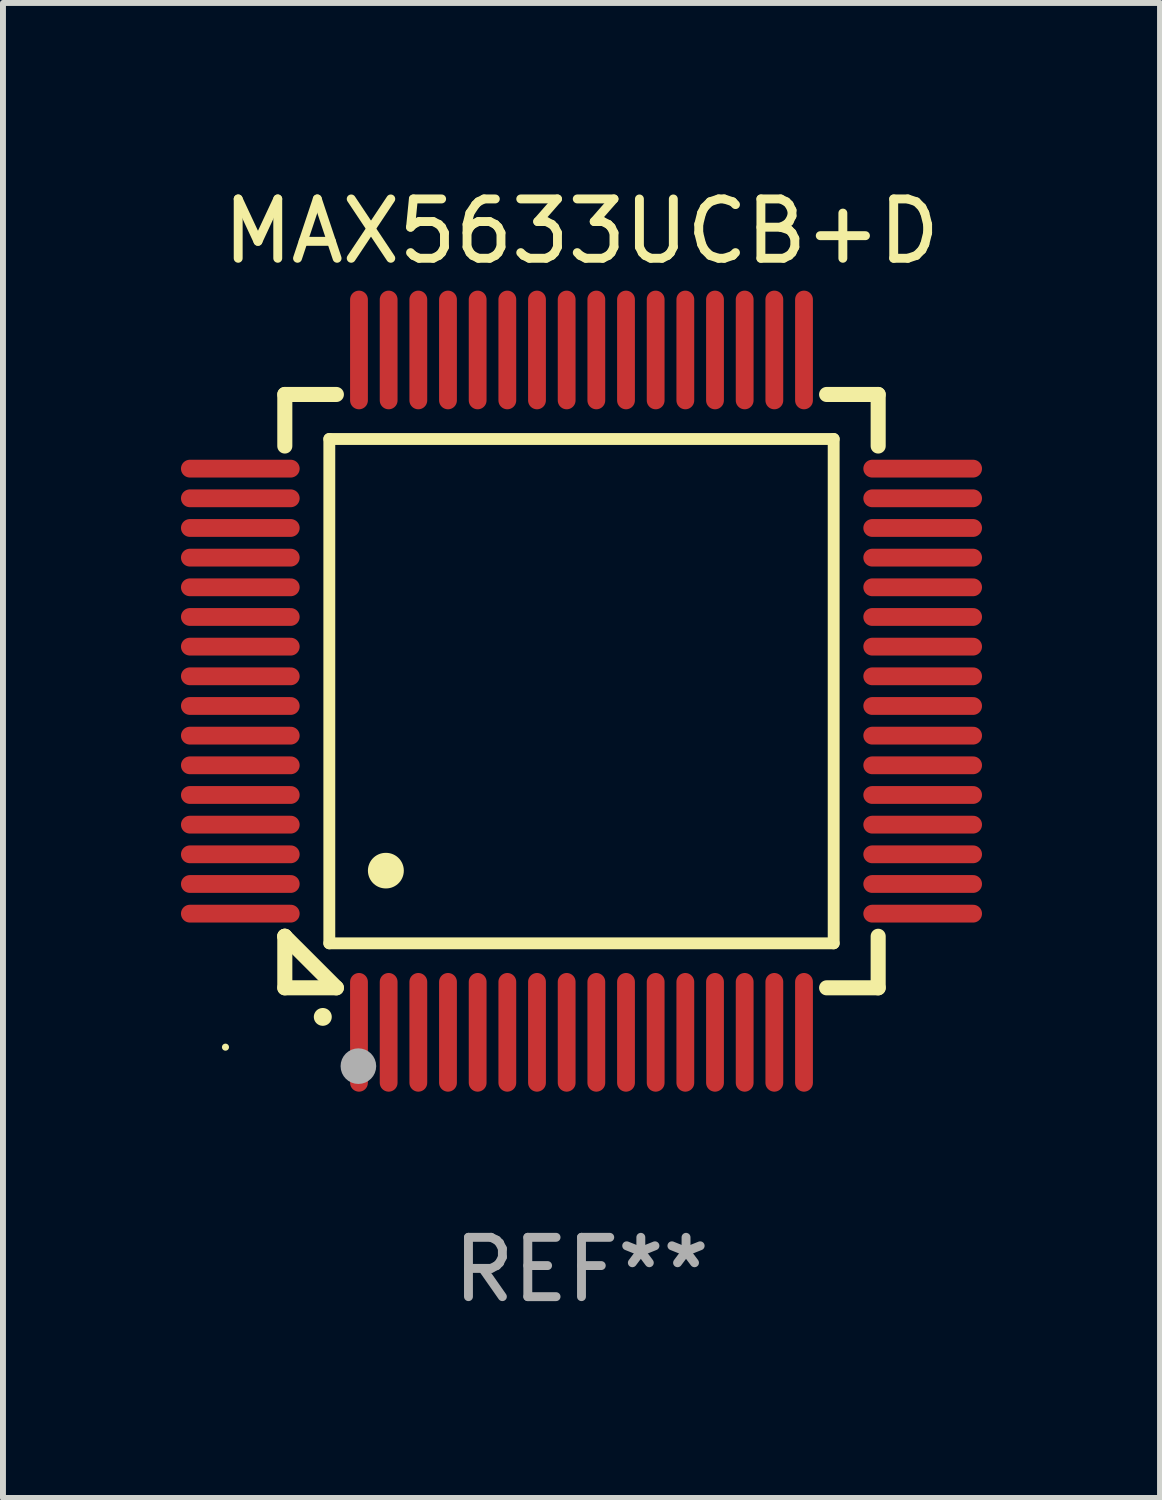
<source format=kicad_pcb>
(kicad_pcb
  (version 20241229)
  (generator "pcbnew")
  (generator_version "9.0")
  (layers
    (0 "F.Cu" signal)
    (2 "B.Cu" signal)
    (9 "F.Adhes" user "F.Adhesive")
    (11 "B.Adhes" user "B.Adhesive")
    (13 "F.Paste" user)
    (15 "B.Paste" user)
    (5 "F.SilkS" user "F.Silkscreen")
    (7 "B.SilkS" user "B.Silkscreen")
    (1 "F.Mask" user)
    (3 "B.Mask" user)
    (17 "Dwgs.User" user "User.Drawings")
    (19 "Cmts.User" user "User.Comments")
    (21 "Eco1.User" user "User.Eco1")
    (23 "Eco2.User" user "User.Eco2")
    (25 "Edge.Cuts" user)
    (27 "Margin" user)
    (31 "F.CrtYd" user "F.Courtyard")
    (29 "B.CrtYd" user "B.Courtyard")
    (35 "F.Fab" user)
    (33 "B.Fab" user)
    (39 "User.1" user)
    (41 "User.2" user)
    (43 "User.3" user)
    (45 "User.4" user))
  (footprint "MAX5633UCB+D"
    (layer "F.Cu")
    (at 6.75 8.598)
    (property "Reference" "MAX5633UCB+D" (at 0 -7.75 0) (layer "F.SilkS") (effects (font (size 1 1) (thickness 0.15))))
    (attr through_hole)
    (fp_line (start -5 -5) (end -4.131 -5) (stroke (width 0.254) (type solid)) (layer "F.SilkS"))
    (fp_line (start -5 -4.131) (end -5 -5) (stroke (width 0.254) (type solid)) (layer "F.SilkS"))
    (fp_line (start -5 4.131) (end -5 4.131) (stroke (width 0.254) (type solid)) (layer "F.SilkS"))
    (fp_line (start -5 5) (end -5 4.131) (stroke (width 0.254) (type solid)) (layer "F.SilkS"))
    (fp_line (start -5 4.131) (end -4.131 5) (stroke (width 0.254) (type solid)) (layer "F.SilkS"))
    (fp_line (start -4.25 -4.25) (end -4.25 4.25) (stroke (width 0.2) (type solid)) (layer "F.SilkS"))
    (fp_line (start -4.25 4.25) (end 4.25 4.25) (stroke (width 0.2) (type solid)) (layer "F.SilkS"))
    (fp_line (start -4.131 5) (end -5 5) (stroke (width 0.254) (type solid)) (layer "F.SilkS"))
    (fp_line (start 4.25 -4.25) (end -4.25 -4.25) (stroke (width 0.2) (type solid)) (layer "F.SilkS"))
    (fp_line (start 4.25 4.25) (end 4.25 -4.25) (stroke (width 0.2) (type solid)) (layer "F.SilkS"))
    (fp_line (start 5 -5) (end 4.131 -5) (stroke (width 0.254) (type solid)) (layer "F.SilkS"))
    (fp_line (start 5 -5) (end 5 -4.131) (stroke (width 0.254) (type solid)) (layer "F.SilkS"))
    (fp_line (start 5 4.131) (end 5 5) (stroke (width 0.254) (type solid)) (layer "F.SilkS"))
    (fp_line (start 5 5) (end 4.131 5) (stroke (width 0.254) (type solid)) (layer "F.SilkS"))
    (fp_arc (start -4.361265 5.489992) (mid -4.359995 5.489987) (end -4.358725 5.489992) (stroke (width 0.3) (type solid)) (layer "F.SilkS"))
    (fp_arc (start -3.299467 3.025146) (mid -3.296927 3.025135) (end -3.294387 3.025146) (stroke (width 0.6) (type solid)) (layer "F.SilkS"))
    (fp_circle (center -6 6) (end -5.97 6) (stroke (width 0.06) (type solid)) (fill no) (layer "F.SilkS"))
    (fp_circle (center -3.76 6.32) (end -3.61 6.32) (stroke (width 0.3) (type solid)) (fill no) (layer "F.Fab"))
    (fp_text user "REF**" (at 0 9.75 0) (layer "F.Fab") (effects (font (size 1 1) (thickness 0.15))))
    (pad "1" smd oval (at -3.75 5.75) (size 0.3 2) (layers "F.Cu" "F.Mask" "F.Paste"))
    (pad "2" smd oval (at -3.25 5.75) (size 0.3 2) (layers "F.Cu" "F.Mask" "F.Paste"))
    (pad "3" smd oval (at -2.75 5.75) (size 0.3 2) (layers "F.Cu" "F.Mask" "F.Paste"))
    (pad "4" smd oval (at -2.25 5.75) (size 0.3 2) (layers "F.Cu" "F.Mask" "F.Paste"))
    (pad "5" smd oval (at -1.75 5.75) (size 0.3 2) (layers "F.Cu" "F.Mask" "F.Paste"))
    (pad "6" smd oval (at -1.25 5.75) (size 0.3 2) (layers "F.Cu" "F.Mask" "F.Paste"))
    (pad "7" smd oval (at -0.75 5.75) (size 0.3 2) (layers "F.Cu" "F.Mask" "F.Paste"))
    (pad "8" smd oval (at -0.25 5.75) (size 0.3 2) (layers "F.Cu" "F.Mask" "F.Paste"))
    (pad "9" smd oval (at 0.25 5.75) (size 0.3 2) (layers "F.Cu" "F.Mask" "F.Paste"))
    (pad "10" smd oval (at 0.75 5.75) (size 0.3 2) (layers "F.Cu" "F.Mask" "F.Paste"))
    (pad "11" smd oval (at 1.25 5.75) (size 0.3 2) (layers "F.Cu" "F.Mask" "F.Paste"))
    (pad "12" smd oval (at 1.75 5.75) (size 0.3 2) (layers "F.Cu" "F.Mask" "F.Paste"))
    (pad "13" smd oval (at 2.25 5.75) (size 0.3 2) (layers "F.Cu" "F.Mask" "F.Paste"))
    (pad "14" smd oval (at 2.75 5.75) (size 0.3 2) (layers "F.Cu" "F.Mask" "F.Paste"))
    (pad "15" smd oval (at 3.25 5.75) (size 0.3 2) (layers "F.Cu" "F.Mask" "F.Paste"))
    (pad "16" smd oval (at 3.75 5.75) (size 0.3 2) (layers "F.Cu" "F.Mask" "F.Paste"))
    (pad "17" smd oval (at 5.75 3.75) (size 2 0.3) (layers "F.Cu" "F.Mask" "F.Paste"))
    (pad "18" smd oval (at 5.75 3.25) (size 2 0.3) (layers "F.Cu" "F.Mask" "F.Paste"))
    (pad "19" smd oval (at 5.75 2.75) (size 2 0.3) (layers "F.Cu" "F.Mask" "F.Paste"))
    (pad "20" smd oval (at 5.75 2.25) (size 2 0.3) (layers "F.Cu" "F.Mask" "F.Paste"))
    (pad "21" smd oval (at 5.75 1.75) (size 2 0.3) (layers "F.Cu" "F.Mask" "F.Paste"))
    (pad "22" smd oval (at 5.75 1.25) (size 2 0.3) (layers "F.Cu" "F.Mask" "F.Paste"))
    (pad "23" smd oval (at 5.75 0.75) (size 2 0.3) (layers "F.Cu" "F.Mask" "F.Paste"))
    (pad "24" smd oval (at 5.75 0.25) (size 2 0.3) (layers "F.Cu" "F.Mask" "F.Paste"))
    (pad "25" smd oval (at 5.75 -0.25) (size 2 0.3) (layers "F.Cu" "F.Mask" "F.Paste"))
    (pad "26" smd oval (at 5.75 -0.75) (size 2 0.3) (layers "F.Cu" "F.Mask" "F.Paste"))
    (pad "27" smd oval (at 5.75 -1.25) (size 2 0.3) (layers "F.Cu" "F.Mask" "F.Paste"))
    (pad "28" smd oval (at 5.75 -1.75) (size 2 0.3) (layers "F.Cu" "F.Mask" "F.Paste"))
    (pad "29" smd oval (at 5.75 -2.25) (size 2 0.3) (layers "F.Cu" "F.Mask" "F.Paste"))
    (pad "30" smd oval (at 5.75 -2.75) (size 2 0.3) (layers "F.Cu" "F.Mask" "F.Paste"))
    (pad "31" smd oval (at 5.75 -3.25) (size 2 0.3) (layers "F.Cu" "F.Mask" "F.Paste"))
    (pad "32" smd oval (at 5.75 -3.75) (size 2 0.3) (layers "F.Cu" "F.Mask" "F.Paste"))
    (pad "33" smd oval (at 3.75 -5.75) (size 0.3 2) (layers "F.Cu" "F.Mask" "F.Paste"))
    (pad "34" smd oval (at 3.25 -5.75) (size 0.3 2) (layers "F.Cu" "F.Mask" "F.Paste"))
    (pad "35" smd oval (at 2.75 -5.75) (size 0.3 2) (layers "F.Cu" "F.Mask" "F.Paste"))
    (pad "36" smd oval (at 2.25 -5.75) (size 0.3 2) (layers "F.Cu" "F.Mask" "F.Paste"))
    (pad "37" smd oval (at 1.75 -5.75) (size 0.3 2) (layers "F.Cu" "F.Mask" "F.Paste"))
    (pad "38" smd oval (at 1.25 -5.75) (size 0.3 2) (layers "F.Cu" "F.Mask" "F.Paste"))
    (pad "39" smd oval (at 0.75 -5.75) (size 0.3 2) (layers "F.Cu" "F.Mask" "F.Paste"))
    (pad "40" smd oval (at 0.25 -5.75) (size 0.3 2) (layers "F.Cu" "F.Mask" "F.Paste"))
    (pad "41" smd oval (at -0.25 -5.75) (size 0.3 2) (layers "F.Cu" "F.Mask" "F.Paste"))
    (pad "42" smd oval (at -0.75 -5.75) (size 0.3 2) (layers "F.Cu" "F.Mask" "F.Paste"))
    (pad "43" smd oval (at -1.25 -5.75) (size 0.3 2) (layers "F.Cu" "F.Mask" "F.Paste"))
    (pad "44" smd oval (at -1.75 -5.75) (size 0.3 2) (layers "F.Cu" "F.Mask" "F.Paste"))
    (pad "45" smd oval (at -2.25 -5.75) (size 0.3 2) (layers "F.Cu" "F.Mask" "F.Paste"))
    (pad "46" smd oval (at -2.75 -5.75) (size 0.3 2) (layers "F.Cu" "F.Mask" "F.Paste"))
    (pad "47" smd oval (at -3.25 -5.75) (size 0.3 2) (layers "F.Cu" "F.Mask" "F.Paste"))
    (pad "48" smd oval (at -3.75 -5.75) (size 0.3 2) (layers "F.Cu" "F.Mask" "F.Paste"))
    (pad "49" smd oval (at -5.75 -3.75) (size 2 0.3) (layers "F.Cu" "F.Mask" "F.Paste"))
    (pad "50" smd oval (at -5.75 -3.25) (size 2 0.3) (layers "F.Cu" "F.Mask" "F.Paste"))
    (pad "51" smd oval (at -5.75 -2.75) (size 2 0.3) (layers "F.Cu" "F.Mask" "F.Paste"))
    (pad "52" smd oval (at -5.75 -2.25) (size 2 0.3) (layers "F.Cu" "F.Mask" "F.Paste"))
    (pad "53" smd oval (at -5.75 -1.75) (size 2 0.3) (layers "F.Cu" "F.Mask" "F.Paste"))
    (pad "54" smd oval (at -5.75 -1.25) (size 2 0.3) (layers "F.Cu" "F.Mask" "F.Paste"))
    (pad "55" smd oval (at -5.75 -0.75) (size 2 0.3) (layers "F.Cu" "F.Mask" "F.Paste"))
    (pad "56" smd oval (at -5.75 -0.25) (size 2 0.3) (layers "F.Cu" "F.Mask" "F.Paste"))
    (pad "57" smd oval (at -5.75 0.25) (size 2 0.3) (layers "F.Cu" "F.Mask" "F.Paste"))
    (pad "58" smd oval (at -5.75 0.75) (size 2 0.3) (layers "F.Cu" "F.Mask" "F.Paste"))
    (pad "59" smd oval (at -5.75 1.25) (size 2 0.3) (layers "F.Cu" "F.Mask" "F.Paste"))
    (pad "60" smd oval (at -5.75 1.75) (size 2 0.3) (layers "F.Cu" "F.Mask" "F.Paste"))
    (pad "61" smd oval (at -5.75 2.25) (size 2 0.3) (layers "F.Cu" "F.Mask" "F.Paste"))
    (pad "62" smd oval (at -5.75 2.75) (size 2 0.3) (layers "F.Cu" "F.Mask" "F.Paste"))
    (pad "63" smd oval (at -5.75 3.25) (size 2 0.3) (layers "F.Cu" "F.Mask" "F.Paste"))
    (pad "64" smd oval (at -5.75 3.75) (size 2 0.3) (layers "F.Cu" "F.Mask" "F.Paste")))
  (gr_rect
    (start -3 -3)
    (end 16.5 22.196)
    (stroke (width 0.1) (type default))
    (fill no)
    (layer "Edge.Cuts")))
</source>
